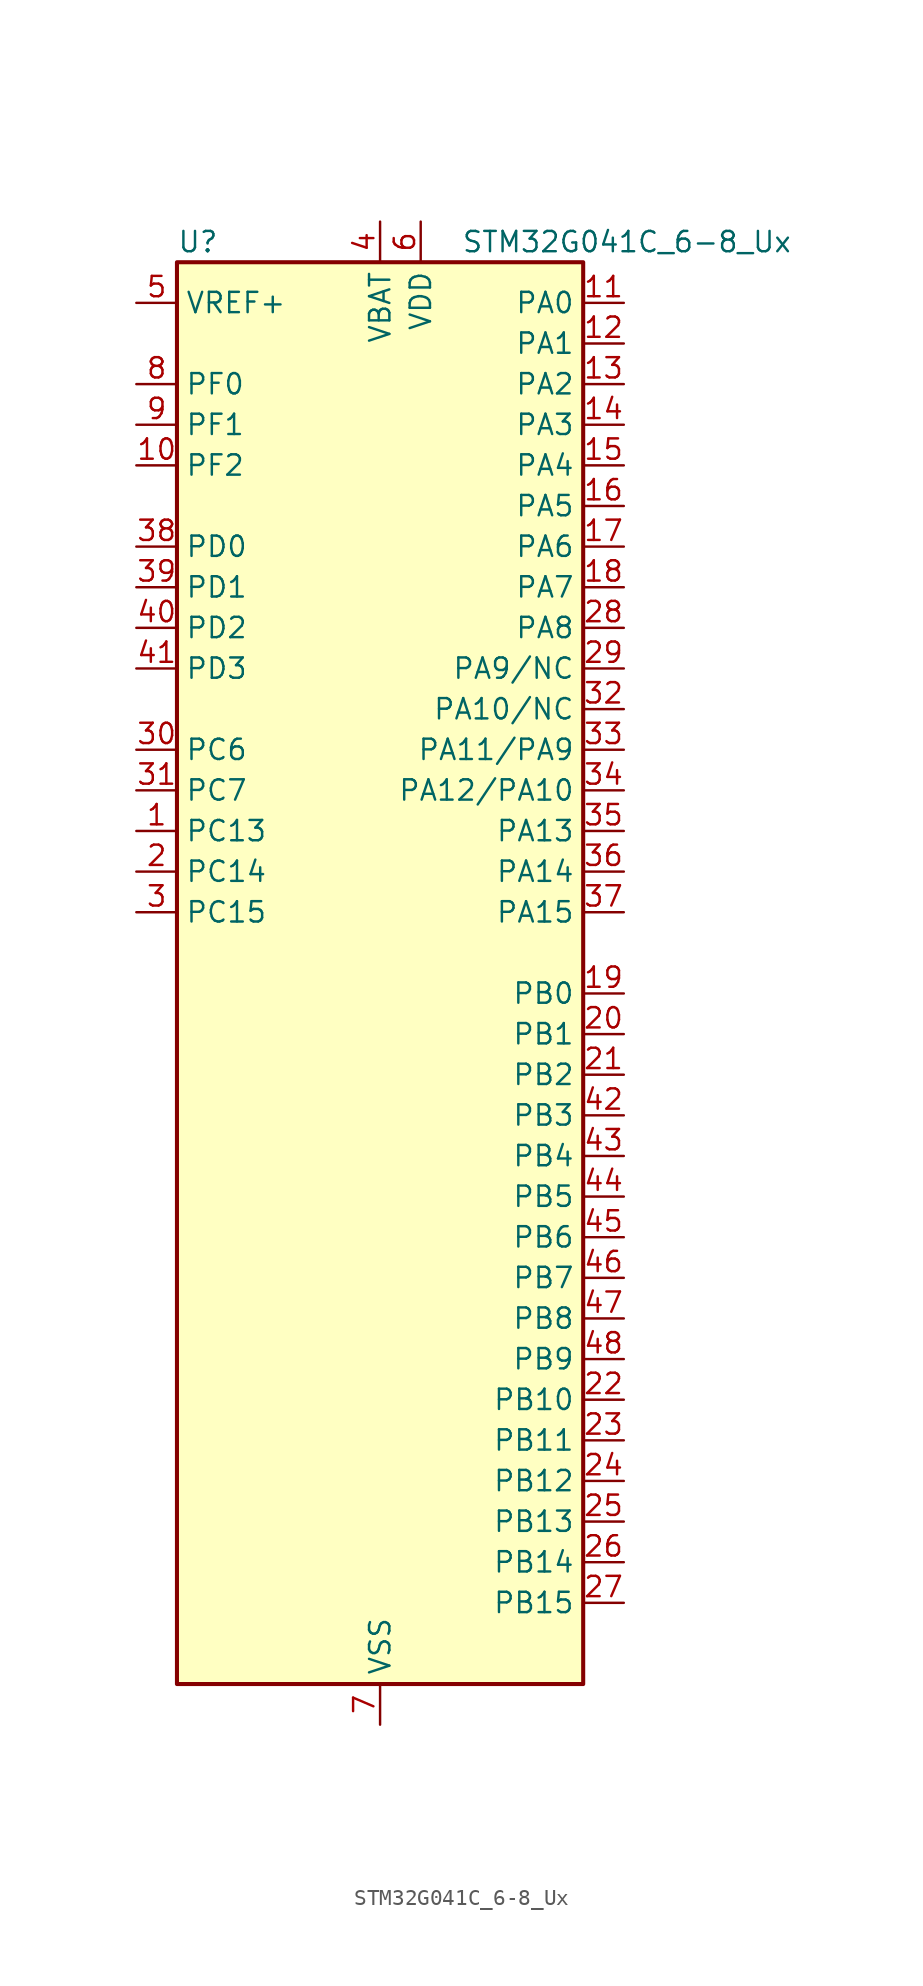
<source format=kicad_sym>
(kicad_symbol_lib
  (version 20211014)
  (generator kicad-library-utils)
  (symbol "STM32G041C_6-8_Ux"
    (property "Reference" "U"
      (at -12.7 46.99 0)
      (effects (font (size 1.27 1.27)) (justify left)))
    (property "Value" "STM32G041C_6-8_Ux"
      (at 5.08 46.99 0)
      (effects (font (size 1.27 1.27)) (justify left)))
    (property "ki_fp_filters" "QFN*1EP*7x7mm*P0.5mm*"
      (at 0.0 0.0 0.0)
      (effects (font (size 1.27 1.27))))
    (symbol "STM32G041C_6-8_Ux_0_1"
      (rectangle (start -12.7 -43.18) (end 12.7 45.72) (stroke (width 0.254)) (fill (type background))))
    (symbol "STM32G041C_6-8_Ux_1_1"
      (pin input line (at -15.24 43.18 0) (length 2.54) (name "VREF+" (effects (font (size 1.27 1.27)))) (number "5" (effects (font (size 1.27 1.27)))) (alternate "VREFBUF_OUT" bidirectional line))
      (pin bidirectional line (at -15.24 38.1 0) (length 2.54) (name "PF0" (effects (font (size 1.27 1.27)))) (number "8" (effects (font (size 1.27 1.27)))) (alternate "RCC_OSC_IN" bidirectional line) (alternate "TIM14_CH1" bidirectional line))
      (pin bidirectional line (at -15.24 35.56 0) (length 2.54) (name "PF1" (effects (font (size 1.27 1.27)))) (number "9" (effects (font (size 1.27 1.27)))) (alternate "RCC_OSC_EN" bidirectional line) (alternate "RCC_OSC_OUT" bidirectional line))
      (pin bidirectional line (at -15.24 33.02 0) (length 2.54) (name "PF2" (effects (font (size 1.27 1.27)))) (number "10" (effects (font (size 1.27 1.27)))) (alternate "RCC_MCO" bidirectional line))
      (pin bidirectional line (at -15.24 27.94 0) (length 2.54) (name "PD0" (effects (font (size 1.27 1.27)))) (number "38" (effects (font (size 1.27 1.27)))) (alternate "SPI2_NSS" bidirectional line) (alternate "TIM16_CH1" bidirectional line))
      (pin bidirectional line (at -15.24 25.4 0) (length 2.54) (name "PD1" (effects (font (size 1.27 1.27)))) (number "39" (effects (font (size 1.27 1.27)))) (alternate "SPI2_SCK" bidirectional line) (alternate "TIM17_CH1" bidirectional line))
      (pin bidirectional line (at -15.24 22.86 0) (length 2.54) (name "PD2" (effects (font (size 1.27 1.27)))) (number "40" (effects (font (size 1.27 1.27)))) (alternate "TIM1_CH1N" bidirectional line) (alternate "TIM3_ETR" bidirectional line))
      (pin bidirectional line (at -15.24 20.32 0) (length 2.54) (name "PD3" (effects (font (size 1.27 1.27)))) (number "41" (effects (font (size 1.27 1.27)))) (alternate "SPI2_MISO" bidirectional line) (alternate "TIM1_CH2N" bidirectional line) (alternate "USART2_CTS" bidirectional line) (alternate "USART2_NSS" bidirectional line))
      (pin bidirectional line (at -15.24 15.24 0) (length 2.54) (name "PC6" (effects (font (size 1.27 1.27)))) (number "30" (effects (font (size 1.27 1.27)))) (alternate "TIM2_CH3" bidirectional line) (alternate "TIM3_CH1" bidirectional line))
      (pin bidirectional line (at -15.24 12.7 0) (length 2.54) (name "PC7" (effects (font (size 1.27 1.27)))) (number "31" (effects (font (size 1.27 1.27)))) (alternate "TIM2_CH4" bidirectional line) (alternate "TIM3_CH2" bidirectional line))
      (pin bidirectional line (at -15.24 10.16 0) (length 2.54) (name "PC13" (effects (font (size 1.27 1.27)))) (number "1" (effects (font (size 1.27 1.27)))) (alternate "RTC_OUT_ALARM" bidirectional line) (alternate "RTC_OUT_CALIB" bidirectional line) (alternate "RTC_TAMP_IN1" bidirectional line) (alternate "RTC_TS" bidirectional line) (alternate "SYS_WKUP2" bidirectional line) (alternate "TIM1_BK" bidirectional line))
      (pin bidirectional line (at -15.24 7.62 0) (length 2.54) (name "PC14" (effects (font (size 1.27 1.27)))) (number "2" (effects (font (size 1.27 1.27)))) (alternate "RCC_OSC32_IN" bidirectional line) (alternate "TIM1_BK2" bidirectional line))
      (pin bidirectional line (at -15.24 5.08 0) (length 2.54) (name "PC15" (effects (font (size 1.27 1.27)))) (number "3" (effects (font (size 1.27 1.27)))) (alternate "RCC_OSC32_EN" bidirectional line) (alternate "RCC_OSC32_OUT" bidirectional line) (alternate "RCC_OSC_EN" bidirectional line))
      (pin bidirectional line (at 15.24 43.18 180) (length 2.54) (name "PA0" (effects (font (size 1.27 1.27)))) (number "11" (effects (font (size 1.27 1.27)))) (alternate "ADC1_IN0" bidirectional line) (alternate "LPTIM1_OUT" bidirectional line) (alternate "RTC_TAMP_IN2" bidirectional line) (alternate "SPI2_SCK" bidirectional line) (alternate "SYS_WKUP1" bidirectional line) (alternate "TIM2_CH1" bidirectional line) (alternate "TIM2_ETR" bidirectional line) (alternate "USART2_CTS" bidirectional line) (alternate "USART2_NSS" bidirectional line))
      (pin bidirectional line (at 15.24 40.64 180) (length 2.54) (name "PA1" (effects (font (size 1.27 1.27)))) (number "12" (effects (font (size 1.27 1.27)))) (alternate "ADC1_IN1" bidirectional line) (alternate "I2C1_SMBA" bidirectional line) (alternate "I2S1_CK" bidirectional line) (alternate "SPI1_SCK" bidirectional line) (alternate "TIM2_CH2" bidirectional line) (alternate "USART2_CK" bidirectional line) (alternate "USART2_DE" bidirectional line) (alternate "USART2_RTS" bidirectional line))
      (pin bidirectional line (at 15.24 38.1 180) (length 2.54) (name "PA2" (effects (font (size 1.27 1.27)))) (number "13" (effects (font (size 1.27 1.27)))) (alternate "ADC1_IN2" bidirectional line) (alternate "I2S1_SD" bidirectional line) (alternate "LPUART1_TX" bidirectional line) (alternate "RCC_LSCO" bidirectional line) (alternate "SPI1_MOSI" bidirectional line) (alternate "SYS_WKUP4" bidirectional line) (alternate "TIM2_CH3" bidirectional line) (alternate "USART2_TX" bidirectional line))
      (pin bidirectional line (at 15.24 35.56 180) (length 2.54) (name "PA3" (effects (font (size 1.27 1.27)))) (number "14" (effects (font (size 1.27 1.27)))) (alternate "ADC1_IN3" bidirectional line) (alternate "LPUART1_RX" bidirectional line) (alternate "SPI2_MISO" bidirectional line) (alternate "TIM2_CH4" bidirectional line) (alternate "USART2_RX" bidirectional line))
      (pin bidirectional line (at 15.24 33.02 180) (length 2.54) (name "PA4" (effects (font (size 1.27 1.27)))) (number "15" (effects (font (size 1.27 1.27)))) (alternate "ADC1_IN4" bidirectional line) (alternate "I2S1_WS" bidirectional line) (alternate "LPTIM2_OUT" bidirectional line) (alternate "RTC_OUT_ALARM" bidirectional line) (alternate "RTC_OUT_CALIB" bidirectional line) (alternate "SPI1_NSS" bidirectional line) (alternate "SPI2_MOSI" bidirectional line) (alternate "TIM14_CH1" bidirectional line))
      (pin bidirectional line (at 15.24 30.48 180) (length 2.54) (name "PA5" (effects (font (size 1.27 1.27)))) (number "16" (effects (font (size 1.27 1.27)))) (alternate "ADC1_IN5" bidirectional line) (alternate "I2S1_CK" bidirectional line) (alternate "LPTIM2_ETR" bidirectional line) (alternate "SPI1_SCK" bidirectional line) (alternate "TIM2_CH1" bidirectional line) (alternate "TIM2_ETR" bidirectional line))
      (pin bidirectional line (at 15.24 27.94 180) (length 2.54) (name "PA6" (effects (font (size 1.27 1.27)))) (number "17" (effects (font (size 1.27 1.27)))) (alternate "ADC1_IN6" bidirectional line) (alternate "I2S1_MCK" bidirectional line) (alternate "LPUART1_CTS" bidirectional line) (alternate "SPI1_MISO" bidirectional line) (alternate "TIM16_CH1" bidirectional line) (alternate "TIM1_BK" bidirectional line) (alternate "TIM3_CH1" bidirectional line))
      (pin bidirectional line (at 15.24 25.4 180) (length 2.54) (name "PA7" (effects (font (size 1.27 1.27)))) (number "18" (effects (font (size 1.27 1.27)))) (alternate "ADC1_IN7" bidirectional line) (alternate "I2S1_SD" bidirectional line) (alternate "SPI1_MOSI" bidirectional line) (alternate "TIM14_CH1" bidirectional line) (alternate "TIM17_CH1" bidirectional line) (alternate "TIM1_CH1N" bidirectional line) (alternate "TIM3_CH2" bidirectional line))
      (pin bidirectional line (at 15.24 22.86 180) (length 2.54) (name "PA8" (effects (font (size 1.27 1.27)))) (number "28" (effects (font (size 1.27 1.27)))) (alternate "LPTIM2_OUT" bidirectional line) (alternate "RCC_MCO" bidirectional line) (alternate "SPI2_NSS" bidirectional line) (alternate "TIM1_CH1" bidirectional line))
      (pin bidirectional line (at 15.24 20.32 180) (length 2.54) (name "PA9/NC" (effects (font (size 1.27 1.27)))) (number "29" (effects (font (size 1.27 1.27)))) (alternate "I2C1_SCL" bidirectional line) (alternate "RCC_MCO" bidirectional line) (alternate "SPI2_MISO" bidirectional line) (alternate "TIM1_CH2" bidirectional line) (alternate "USART1_TX" bidirectional line))
      (pin bidirectional line (at 15.24 17.78 180) (length 2.54) (name "PA10/NC" (effects (font (size 1.27 1.27)))) (number "32" (effects (font (size 1.27 1.27)))) (alternate "I2C1_SDA" bidirectional line) (alternate "SPI2_MOSI" bidirectional line) (alternate "TIM17_BK" bidirectional line) (alternate "TIM1_CH3" bidirectional line) (alternate "USART1_RX" bidirectional line))
      (pin bidirectional line (at 15.24 15.24 180) (length 2.54) (name "PA11/PA9" (effects (font (size 1.27 1.27)))) (number "33" (effects (font (size 1.27 1.27)))) (alternate "ADC1_EXTI11" bidirectional line) (alternate "I2C2_SCL" bidirectional line) (alternate "I2S1_MCK" bidirectional line) (alternate "SPI1_MISO" bidirectional line) (alternate "TIM1_BK2" bidirectional line) (alternate "TIM1_CH4" bidirectional line) (alternate "USART1_CTS" bidirectional line) (alternate "USART1_NSS" bidirectional line))
      (pin bidirectional line (at 15.24 12.7 180) (length 2.54) (name "PA12/PA10" (effects (font (size 1.27 1.27)))) (number "34" (effects (font (size 1.27 1.27)))) (alternate "I2C2_SDA" bidirectional line) (alternate "I2S1_SD" bidirectional line) (alternate "I2S_CKIN" bidirectional line) (alternate "SPI1_MOSI" bidirectional line) (alternate "TIM1_ETR" bidirectional line) (alternate "USART1_CK" bidirectional line) (alternate "USART1_DE" bidirectional line) (alternate "USART1_RTS" bidirectional line))
      (pin bidirectional line (at 15.24 10.16 180) (length 2.54) (name "PA13" (effects (font (size 1.27 1.27)))) (number "35" (effects (font (size 1.27 1.27)))) (alternate "ADC1_IN17" bidirectional line) (alternate "IR_OUT" bidirectional line) (alternate "SYS_SWDIO" bidirectional line))
      (pin bidirectional line (at 15.24 7.62 180) (length 2.54) (name "PA14" (effects (font (size 1.27 1.27)))) (number "36" (effects (font (size 1.27 1.27)))) (alternate "ADC1_IN18" bidirectional line) (alternate "SYS_SWCLK" bidirectional line) (alternate "USART2_TX" bidirectional line))
      (pin bidirectional line (at 15.24 5.08 180) (length 2.54) (name "PA15" (effects (font (size 1.27 1.27)))) (number "37" (effects (font (size 1.27 1.27)))) (alternate "I2S1_WS" bidirectional line) (alternate "SPI1_NSS" bidirectional line) (alternate "TIM2_CH1" bidirectional line) (alternate "TIM2_ETR" bidirectional line) (alternate "USART2_RX" bidirectional line))
      (pin bidirectional line (at 15.24 0.0 180) (length 2.54) (name "PB0" (effects (font (size 1.27 1.27)))) (number "19" (effects (font (size 1.27 1.27)))) (alternate "ADC1_IN8" bidirectional line) (alternate "I2S1_WS" bidirectional line) (alternate "LPTIM1_OUT" bidirectional line) (alternate "SPI1_NSS" bidirectional line) (alternate "TIM1_CH2N" bidirectional line) (alternate "TIM3_CH3" bidirectional line))
      (pin bidirectional line (at 15.24 -2.54 180) (length 2.54) (name "PB1" (effects (font (size 1.27 1.27)))) (number "20" (effects (font (size 1.27 1.27)))) (alternate "ADC1_IN9" bidirectional line) (alternate "LPTIM2_IN1" bidirectional line) (alternate "LPUART1_DE" bidirectional line) (alternate "LPUART1_RTS" bidirectional line) (alternate "TIM14_CH1" bidirectional line) (alternate "TIM1_CH3N" bidirectional line) (alternate "TIM3_CH4" bidirectional line))
      (pin bidirectional line (at 15.24 -5.08 180) (length 2.54) (name "PB2" (effects (font (size 1.27 1.27)))) (number "21" (effects (font (size 1.27 1.27)))) (alternate "ADC1_IN10" bidirectional line) (alternate "LPTIM1_OUT" bidirectional line) (alternate "SPI2_MISO" bidirectional line))
      (pin bidirectional line (at 15.24 -7.62 180) (length 2.54) (name "PB3" (effects (font (size 1.27 1.27)))) (number "42" (effects (font (size 1.27 1.27)))) (alternate "I2S1_CK" bidirectional line) (alternate "SPI1_SCK" bidirectional line) (alternate "TIM1_CH2" bidirectional line) (alternate "TIM2_CH2" bidirectional line) (alternate "USART1_CK" bidirectional line) (alternate "USART1_DE" bidirectional line) (alternate "USART1_RTS" bidirectional line))
      (pin bidirectional line (at 15.24 -10.16 180) (length 2.54) (name "PB4" (effects (font (size 1.27 1.27)))) (number "43" (effects (font (size 1.27 1.27)))) (alternate "I2S1_MCK" bidirectional line) (alternate "SPI1_MISO" bidirectional line) (alternate "TIM17_BK" bidirectional line) (alternate "TIM3_CH1" bidirectional line) (alternate "USART1_CTS" bidirectional line) (alternate "USART1_NSS" bidirectional line))
      (pin bidirectional line (at 15.24 -12.7 180) (length 2.54) (name "PB5" (effects (font (size 1.27 1.27)))) (number "44" (effects (font (size 1.27 1.27)))) (alternate "I2C1_SMBA" bidirectional line) (alternate "I2S1_SD" bidirectional line) (alternate "LPTIM1_IN1" bidirectional line) (alternate "SPI1_MOSI" bidirectional line) (alternate "SYS_WKUP6" bidirectional line) (alternate "TIM16_BK" bidirectional line) (alternate "TIM3_CH2" bidirectional line))
      (pin bidirectional line (at 15.24 -15.24 180) (length 2.54) (name "PB6" (effects (font (size 1.27 1.27)))) (number "45" (effects (font (size 1.27 1.27)))) (alternate "I2C1_SCL" bidirectional line) (alternate "LPTIM1_ETR" bidirectional line) (alternate "SPI2_MISO" bidirectional line) (alternate "TIM16_CH1N" bidirectional line) (alternate "TIM1_CH3" bidirectional line) (alternate "USART1_TX" bidirectional line))
      (pin bidirectional line (at 15.24 -17.78 180) (length 2.54) (name "PB7" (effects (font (size 1.27 1.27)))) (number "46" (effects (font (size 1.27 1.27)))) (alternate "ADC1_IN11" bidirectional line) (alternate "I2C1_SDA" bidirectional line) (alternate "LPTIM1_IN2" bidirectional line) (alternate "SPI2_MOSI" bidirectional line) (alternate "SYS_PVD_IN" bidirectional line) (alternate "TIM17_CH1N" bidirectional line) (alternate "USART1_RX" bidirectional line))
      (pin bidirectional line (at 15.24 -20.32 180) (length 2.54) (name "PB8" (effects (font (size 1.27 1.27)))) (number "47" (effects (font (size 1.27 1.27)))) (alternate "I2C1_SCL" bidirectional line) (alternate "SPI2_SCK" bidirectional line) (alternate "TIM16_CH1" bidirectional line))
      (pin bidirectional line (at 15.24 -22.86 180) (length 2.54) (name "PB9" (effects (font (size 1.27 1.27)))) (number "48" (effects (font (size 1.27 1.27)))) (alternate "I2C1_SDA" bidirectional line) (alternate "IR_OUT" bidirectional line) (alternate "SPI2_NSS" bidirectional line) (alternate "TIM17_CH1" bidirectional line))
      (pin bidirectional line (at 15.24 -25.4 180) (length 2.54) (name "PB10" (effects (font (size 1.27 1.27)))) (number "22" (effects (font (size 1.27 1.27)))) (alternate "ADC1_IN11" bidirectional line) (alternate "I2C2_SCL" bidirectional line) (alternate "LPUART1_RX" bidirectional line) (alternate "SPI2_SCK" bidirectional line) (alternate "TIM2_CH3" bidirectional line))
      (pin bidirectional line (at 15.24 -27.94 180) (length 2.54) (name "PB11" (effects (font (size 1.27 1.27)))) (number "23" (effects (font (size 1.27 1.27)))) (alternate "ADC1_EXTI11" bidirectional line) (alternate "ADC1_IN15" bidirectional line) (alternate "I2C2_SDA" bidirectional line) (alternate "LPUART1_TX" bidirectional line) (alternate "SPI2_MOSI" bidirectional line) (alternate "TIM2_CH4" bidirectional line))
      (pin bidirectional line (at 15.24 -30.48 180) (length 2.54) (name "PB12" (effects (font (size 1.27 1.27)))) (number "24" (effects (font (size 1.27 1.27)))) (alternate "ADC1_IN16" bidirectional line) (alternate "LPUART1_DE" bidirectional line) (alternate "LPUART1_RTS" bidirectional line) (alternate "SPI2_NSS" bidirectional line) (alternate "TIM1_BK" bidirectional line))
      (pin bidirectional line (at 15.24 -33.02 180) (length 2.54) (name "PB13" (effects (font (size 1.27 1.27)))) (number "25" (effects (font (size 1.27 1.27)))) (alternate "I2C2_SCL" bidirectional line) (alternate "LPUART1_CTS" bidirectional line) (alternate "SPI2_SCK" bidirectional line) (alternate "TIM1_CH1N" bidirectional line))
      (pin bidirectional line (at 15.24 -35.56 180) (length 2.54) (name "PB14" (effects (font (size 1.27 1.27)))) (number "26" (effects (font (size 1.27 1.27)))) (alternate "I2C2_SDA" bidirectional line) (alternate "SPI2_MISO" bidirectional line) (alternate "TIM1_CH2N" bidirectional line))
      (pin bidirectional line (at 15.24 -38.1 180) (length 2.54) (name "PB15" (effects (font (size 1.27 1.27)))) (number "27" (effects (font (size 1.27 1.27)))) (alternate "RTC_REFIN" bidirectional line) (alternate "SPI2_MOSI" bidirectional line) (alternate "TIM1_CH3N" bidirectional line))
      (pin power_in line (at 0.0 48.26 270) (length 2.54) (name "VBAT" (effects (font (size 1.27 1.27)))) (number "4" (effects (font (size 1.27 1.27)))))
      (pin power_in line (at 2.54 48.26 270) (length 2.54) (name "VDD" (effects (font (size 1.27 1.27)))) (number "6" (effects (font (size 1.27 1.27)))))
      (pin power_in line (at 0.0 -45.72 90) (length 2.54) (name "VSS" (effects (font (size 1.27 1.27)))) (number "7" (effects (font (size 1.27 1.27)))))
      (pin passive line (at 0.0 -45.72 90) (length 2.54) hide (name "VSS" (effects (font (size 1.27 1.27)))) (number "49" (effects (font (size 1.27 1.27))))))))
</source>
